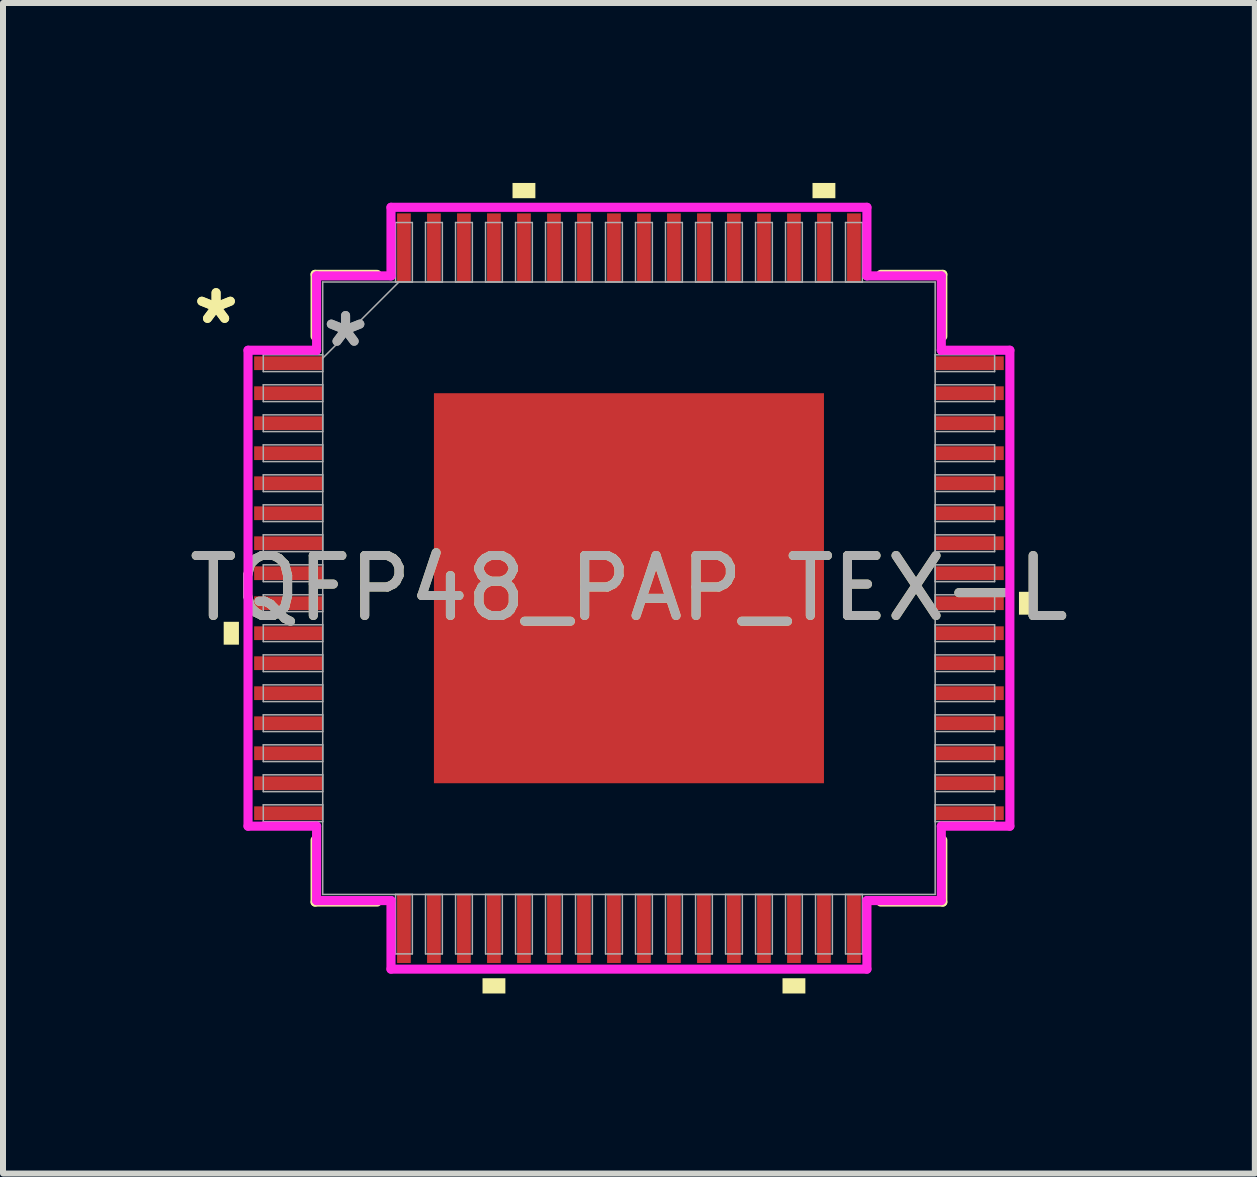
<source format=kicad_pcb>
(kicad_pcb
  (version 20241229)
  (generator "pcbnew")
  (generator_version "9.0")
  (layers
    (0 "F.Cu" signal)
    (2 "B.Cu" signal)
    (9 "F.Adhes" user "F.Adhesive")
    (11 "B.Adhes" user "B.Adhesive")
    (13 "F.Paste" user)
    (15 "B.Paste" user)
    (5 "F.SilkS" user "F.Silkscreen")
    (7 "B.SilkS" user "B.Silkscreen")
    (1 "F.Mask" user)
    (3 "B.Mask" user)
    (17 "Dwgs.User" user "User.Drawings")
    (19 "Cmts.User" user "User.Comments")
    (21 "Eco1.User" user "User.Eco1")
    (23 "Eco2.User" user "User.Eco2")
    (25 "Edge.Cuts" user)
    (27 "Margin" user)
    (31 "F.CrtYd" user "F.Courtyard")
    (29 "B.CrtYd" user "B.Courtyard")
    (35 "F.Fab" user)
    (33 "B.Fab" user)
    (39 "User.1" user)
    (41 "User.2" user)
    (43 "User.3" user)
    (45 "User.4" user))
  (footprint "TQFP48_PAP_TEX-L"
    (layer "F.Cu")
    (at 7.435 6.756)
    (property "Reference" "TQFP48_PAP_TEX-L" (at 0 0 0) (unlocked yes) (layer "F.SilkS") (effects (font (size 1 1) (thickness 0.15))))
    (attr smd)
    (fp_line (start -5.232 -5.232) (end -5.232 -4.198) (stroke (width 0.152) (type solid)) (layer "F.SilkS"))
    (fp_line (start -5.232 4.198) (end -5.232 5.232) (stroke (width 0.152) (type solid)) (layer "F.SilkS"))
    (fp_line (start -5.232 5.232) (end -4.198 5.232) (stroke (width 0.152) (type solid)) (layer "F.SilkS"))
    (fp_line (start -4.198 -5.232) (end -5.232 -5.232) (stroke (width 0.152) (type solid)) (layer "F.SilkS"))
    (fp_line (start 4.198 5.232) (end 5.232 5.232) (stroke (width 0.152) (type solid)) (layer "F.SilkS"))
    (fp_line (start 5.232 -5.232) (end 4.198 -5.232) (stroke (width 0.152) (type solid)) (layer "F.SilkS"))
    (fp_line (start 5.232 -4.198) (end 5.232 -5.232) (stroke (width 0.152) (type solid)) (layer "F.SilkS"))
    (fp_line (start 5.232 5.232) (end 5.232 4.198) (stroke (width 0.152) (type solid)) (layer "F.SilkS"))
    (fp_poly (pts (xy -6.756 0.56) (xy -6.756 0.941) (xy -6.502 0.941) (xy -6.502 0.56)) (stroke (width 0) (type solid)) (fill yes) (layer "F.SilkS"))
    (fp_poly (pts (xy -2.441 6.502) (xy -2.441 6.756) (xy -2.06 6.756) (xy -2.06 6.502)) (stroke (width 0) (type solid)) (fill yes) (layer "F.SilkS"))
    (fp_poly (pts (xy -1.941 -6.502) (xy -1.941 -6.756) (xy -1.56 -6.756) (xy -1.56 -6.502)) (stroke (width 0) (type solid)) (fill yes) (layer "F.SilkS"))
    (fp_poly (pts (xy 2.56 6.502) (xy 2.56 6.756) (xy 2.941 6.756) (xy 2.941 6.502)) (stroke (width 0) (type solid)) (fill yes) (layer "F.SilkS"))
    (fp_poly (pts (xy 3.06 -6.502) (xy 3.06 -6.756) (xy 3.441 -6.756) (xy 3.441 -6.502)) (stroke (width 0) (type solid)) (fill yes) (layer "F.SilkS"))
    (fp_poly (pts (xy 6.756 0.06) (xy 6.756 0.441) (xy 6.502 0.441) (xy 6.502 0.06)) (stroke (width 0) (type solid)) (fill yes) (layer "F.SilkS"))
    (fp_poly (pts (xy -3.151 -3.151) (xy -3.151 -2.051) (xy -2.051 -2.051) (xy -2.051 -3.151)) (stroke (width 0) (type solid)) (fill yes) (layer "F.Paste"))
    (fp_poly (pts (xy -3.151 -1.851) (xy -3.151 -0.75) (xy -2.051 -0.75) (xy -2.051 -1.851)) (stroke (width 0) (type solid)) (fill yes) (layer "F.Paste"))
    (fp_poly (pts (xy -3.151 -0.55) (xy -3.151 0.55) (xy -2.051 0.55) (xy -2.051 -0.55)) (stroke (width 0) (type solid)) (fill yes) (layer "F.Paste"))
    (fp_poly (pts (xy -3.151 0.75) (xy -3.151 1.851) (xy -2.051 1.851) (xy -2.051 0.75)) (stroke (width 0) (type solid)) (fill yes) (layer "F.Paste"))
    (fp_poly (pts (xy -3.151 2.051) (xy -3.151 3.151) (xy -2.051 3.151) (xy -2.051 2.051)) (stroke (width 0) (type solid)) (fill yes) (layer "F.Paste"))
    (fp_poly (pts (xy -1.851 -3.151) (xy -1.851 -2.051) (xy -0.75 -2.051) (xy -0.75 -3.151)) (stroke (width 0) (type solid)) (fill yes) (layer "F.Paste"))
    (fp_poly (pts (xy -1.851 -1.851) (xy -1.851 -0.75) (xy -0.75 -0.75) (xy -0.75 -1.851)) (stroke (width 0) (type solid)) (fill yes) (layer "F.Paste"))
    (fp_poly (pts (xy -1.851 -0.55) (xy -1.851 0.55) (xy -0.75 0.55) (xy -0.75 -0.55)) (stroke (width 0) (type solid)) (fill yes) (layer "F.Paste"))
    (fp_poly (pts (xy -1.851 0.75) (xy -1.851 1.851) (xy -0.75 1.851) (xy -0.75 0.75)) (stroke (width 0) (type solid)) (fill yes) (layer "F.Paste"))
    (fp_poly (pts (xy -1.851 2.051) (xy -1.851 3.151) (xy -0.75 3.151) (xy -0.75 2.051)) (stroke (width 0) (type solid)) (fill yes) (layer "F.Paste"))
    (fp_poly (pts (xy -0.55 -3.151) (xy -0.55 -2.051) (xy 0.55 -2.051) (xy 0.55 -3.151)) (stroke (width 0) (type solid)) (fill yes) (layer "F.Paste"))
    (fp_poly (pts (xy -0.55 -1.851) (xy -0.55 -0.75) (xy 0.55 -0.75) (xy 0.55 -1.851)) (stroke (width 0) (type solid)) (fill yes) (layer "F.Paste"))
    (fp_poly (pts (xy -0.55 -0.55) (xy -0.55 0.55) (xy 0.55 0.55) (xy 0.55 -0.55)) (stroke (width 0) (type solid)) (fill yes) (layer "F.Paste"))
    (fp_poly (pts (xy -0.55 0.75) (xy -0.55 1.851) (xy 0.55 1.851) (xy 0.55 0.75)) (stroke (width 0) (type solid)) (fill yes) (layer "F.Paste"))
    (fp_poly (pts (xy -0.55 2.051) (xy -0.55 3.151) (xy 0.55 3.151) (xy 0.55 2.051)) (stroke (width 0) (type solid)) (fill yes) (layer "F.Paste"))
    (fp_poly (pts (xy 0.75 -3.151) (xy 0.75 -2.051) (xy 1.851 -2.051) (xy 1.851 -3.151)) (stroke (width 0) (type solid)) (fill yes) (layer "F.Paste"))
    (fp_poly (pts (xy 0.75 -1.851) (xy 0.75 -0.75) (xy 1.851 -0.75) (xy 1.851 -1.851)) (stroke (width 0) (type solid)) (fill yes) (layer "F.Paste"))
    (fp_poly (pts (xy 0.75 -0.55) (xy 0.75 0.55) (xy 1.851 0.55) (xy 1.851 -0.55)) (stroke (width 0) (type solid)) (fill yes) (layer "F.Paste"))
    (fp_poly (pts (xy 0.75 0.75) (xy 0.75 1.851) (xy 1.851 1.851) (xy 1.851 0.75)) (stroke (width 0) (type solid)) (fill yes) (layer "F.Paste"))
    (fp_poly (pts (xy 0.75 2.051) (xy 0.75 3.151) (xy 1.851 3.151) (xy 1.851 2.051)) (stroke (width 0) (type solid)) (fill yes) (layer "F.Paste"))
    (fp_poly (pts (xy 2.051 -3.151) (xy 2.051 -2.051) (xy 3.151 -2.051) (xy 3.151 -3.151)) (stroke (width 0) (type solid)) (fill yes) (layer "F.Paste"))
    (fp_poly (pts (xy 2.051 -1.851) (xy 2.051 -0.75) (xy 3.151 -0.75) (xy 3.151 -1.851)) (stroke (width 0) (type solid)) (fill yes) (layer "F.Paste"))
    (fp_poly (pts (xy 2.051 -0.55) (xy 2.051 0.55) (xy 3.151 0.55) (xy 3.151 -0.55)) (stroke (width 0) (type solid)) (fill yes) (layer "F.Paste"))
    (fp_poly (pts (xy 2.051 0.75) (xy 2.051 1.851) (xy 3.151 1.851) (xy 3.151 0.75)) (stroke (width 0) (type solid)) (fill yes) (layer "F.Paste"))
    (fp_poly (pts (xy 2.051 2.051) (xy 2.051 3.151) (xy 3.151 3.151) (xy 3.151 2.051)) (stroke (width 0) (type solid)) (fill yes) (layer "F.Paste"))
    (fp_line (start -6.35 -3.967) (end -5.207 -3.967) (stroke (width 0.152) (type solid)) (layer "F.CrtYd"))
    (fp_line (start -6.35 3.967) (end -6.35 -3.967) (stroke (width 0.152) (type solid)) (layer "F.CrtYd"))
    (fp_line (start -5.207 -5.207) (end -3.967 -5.207) (stroke (width 0.152) (type solid)) (layer "F.CrtYd"))
    (fp_line (start -5.207 -3.967) (end -5.207 -5.207) (stroke (width 0.152) (type solid)) (layer "F.CrtYd"))
    (fp_line (start -5.207 3.967) (end -6.35 3.967) (stroke (width 0.152) (type solid)) (layer "F.CrtYd"))
    (fp_line (start -5.207 5.207) (end -5.207 3.967) (stroke (width 0.152) (type solid)) (layer "F.CrtYd"))
    (fp_line (start -5.207 5.207) (end -3.967 5.207) (stroke (width 0.152) (type solid)) (layer "F.CrtYd"))
    (fp_line (start -3.967 -6.35) (end 3.967 -6.35) (stroke (width 0.152) (type solid)) (layer "F.CrtYd"))
    (fp_line (start -3.967 -5.207) (end -3.967 -6.35) (stroke (width 0.152) (type solid)) (layer "F.CrtYd"))
    (fp_line (start -3.967 5.207) (end -3.967 6.35) (stroke (width 0.152) (type solid)) (layer "F.CrtYd"))
    (fp_line (start -3.967 6.35) (end 3.967 6.35) (stroke (width 0.152) (type solid)) (layer "F.CrtYd"))
    (fp_line (start 3.967 -6.35) (end 3.967 -5.207) (stroke (width 0.152) (type solid)) (layer "F.CrtYd"))
    (fp_line (start 3.967 -5.207) (end 5.207 -5.207) (stroke (width 0.152) (type solid)) (layer "F.CrtYd"))
    (fp_line (start 3.967 5.207) (end 5.207 5.207) (stroke (width 0.152) (type solid)) (layer "F.CrtYd"))
    (fp_line (start 3.967 6.35) (end 3.967 5.207) (stroke (width 0.152) (type solid)) (layer "F.CrtYd"))
    (fp_line (start 5.207 -3.967) (end 5.207 -5.207) (stroke (width 0.152) (type solid)) (layer "F.CrtYd"))
    (fp_line (start 5.207 3.967) (end 6.35 3.967) (stroke (width 0.152) (type solid)) (layer "F.CrtYd"))
    (fp_line (start 5.207 5.207) (end 5.207 3.967) (stroke (width 0.152) (type solid)) (layer "F.CrtYd"))
    (fp_line (start 6.35 -3.967) (end 5.207 -3.967) (stroke (width 0.152) (type solid)) (layer "F.CrtYd"))
    (fp_line (start 6.35 3.967) (end 6.35 -3.967) (stroke (width 0.152) (type solid)) (layer "F.CrtYd"))
    (fp_line (start -6.096 -3.891) (end -6.096 -3.611) (stroke (width 0.025) (type solid)) (layer "F.Fab"))
    (fp_line (start -6.096 -3.611) (end -5.105 -3.611) (stroke (width 0.025) (type solid)) (layer "F.Fab"))
    (fp_line (start -6.096 -3.391) (end -6.096 -3.111) (stroke (width 0.025) (type solid)) (layer "F.Fab"))
    (fp_line (start -6.096 -3.111) (end -5.105 -3.111) (stroke (width 0.025) (type solid)) (layer "F.Fab"))
    (fp_line (start -6.096 -2.89) (end -6.096 -2.611) (stroke (width 0.025) (type solid)) (layer "F.Fab"))
    (fp_line (start -6.096 -2.611) (end -5.105 -2.611) (stroke (width 0.025) (type solid)) (layer "F.Fab"))
    (fp_line (start -6.096 -2.39) (end -6.096 -2.111) (stroke (width 0.025) (type solid)) (layer "F.Fab"))
    (fp_line (start -6.096 -2.111) (end -5.105 -2.111) (stroke (width 0.025) (type solid)) (layer "F.Fab"))
    (fp_line (start -6.096 -1.89) (end -6.096 -1.611) (stroke (width 0.025) (type solid)) (layer "F.Fab"))
    (fp_line (start -6.096 -1.611) (end -5.105 -1.611) (stroke (width 0.025) (type solid)) (layer "F.Fab"))
    (fp_line (start -6.096 -1.39) (end -6.096 -1.111) (stroke (width 0.025) (type solid)) (layer "F.Fab"))
    (fp_line (start -6.096 -1.111) (end -5.105 -1.111) (stroke (width 0.025) (type solid)) (layer "F.Fab"))
    (fp_line (start -6.096 -0.89) (end -6.096 -0.61) (stroke (width 0.025) (type solid)) (layer "F.Fab"))
    (fp_line (start -6.096 -0.61) (end -5.105 -0.61) (stroke (width 0.025) (type solid)) (layer "F.Fab"))
    (fp_line (start -6.096 -0.39) (end -6.096 -0.11) (stroke (width 0.025) (type solid)) (layer "F.Fab"))
    (fp_line (start -6.096 -0.11) (end -5.105 -0.11) (stroke (width 0.025) (type solid)) (layer "F.Fab"))
    (fp_line (start -6.096 0.11) (end -6.096 0.39) (stroke (width 0.025) (type solid)) (layer "F.Fab"))
    (fp_line (start -6.096 0.39) (end -5.105 0.39) (stroke (width 0.025) (type solid)) (layer "F.Fab"))
    (fp_line (start -6.096 0.61) (end -6.096 0.89) (stroke (width 0.025) (type solid)) (layer "F.Fab"))
    (fp_line (start -6.096 0.89) (end -5.105 0.89) (stroke (width 0.025) (type solid)) (layer "F.Fab"))
    (fp_line (start -6.096 1.111) (end -6.096 1.39) (stroke (width 0.025) (type solid)) (layer "F.Fab"))
    (fp_line (start -6.096 1.39) (end -5.105 1.39) (stroke (width 0.025) (type solid)) (layer "F.Fab"))
    (fp_line (start -6.096 1.611) (end -6.096 1.89) (stroke (width 0.025) (type solid)) (layer "F.Fab"))
    (fp_line (start -6.096 1.89) (end -5.105 1.89) (stroke (width 0.025) (type solid)) (layer "F.Fab"))
    (fp_line (start -6.096 2.111) (end -6.096 2.39) (stroke (width 0.025) (type solid)) (layer "F.Fab"))
    (fp_line (start -6.096 2.39) (end -5.105 2.39) (stroke (width 0.025) (type solid)) (layer "F.Fab"))
    (fp_line (start -6.096 2.611) (end -6.096 2.89) (stroke (width 0.025) (type solid)) (layer "F.Fab"))
    (fp_line (start -6.096 2.89) (end -5.105 2.89) (stroke (width 0.025) (type solid)) (layer "F.Fab"))
    (fp_line (start -6.096 3.111) (end -6.096 3.391) (stroke (width 0.025) (type solid)) (layer "F.Fab"))
    (fp_line (start -6.096 3.391) (end -5.105 3.391) (stroke (width 0.025) (type solid)) (layer "F.Fab"))
    (fp_line (start -6.096 3.611) (end -6.096 3.891) (stroke (width 0.025) (type solid)) (layer "F.Fab"))
    (fp_line (start -6.096 3.891) (end -5.105 3.891) (stroke (width 0.025) (type solid)) (layer "F.Fab"))
    (fp_line (start -5.105 -5.105) (end -5.105 5.105) (stroke (width 0.025) (type solid)) (layer "F.Fab"))
    (fp_line (start -5.105 -3.891) (end -6.096 -3.891) (stroke (width 0.025) (type solid)) (layer "F.Fab"))
    (fp_line (start -5.105 -3.835) (end -3.835 -5.105) (stroke (width 0.025) (type solid)) (layer "F.Fab"))
    (fp_line (start -5.105 -3.611) (end -5.105 -3.891) (stroke (width 0.025) (type solid)) (layer "F.Fab"))
    (fp_line (start -5.105 -3.391) (end -6.096 -3.391) (stroke (width 0.025) (type solid)) (layer "F.Fab"))
    (fp_line (start -5.105 -3.111) (end -5.105 -3.391) (stroke (width 0.025) (type solid)) (layer "F.Fab"))
    (fp_line (start -5.105 -2.89) (end -6.096 -2.89) (stroke (width 0.025) (type solid)) (layer "F.Fab"))
    (fp_line (start -5.105 -2.611) (end -5.105 -2.89) (stroke (width 0.025) (type solid)) (layer "F.Fab"))
    (fp_line (start -5.105 -2.39) (end -6.096 -2.39) (stroke (width 0.025) (type solid)) (layer "F.Fab"))
    (fp_line (start -5.105 -2.111) (end -5.105 -2.39) (stroke (width 0.025) (type solid)) (layer "F.Fab"))
    (fp_line (start -5.105 -1.89) (end -6.096 -1.89) (stroke (width 0.025) (type solid)) (layer "F.Fab"))
    (fp_line (start -5.105 -1.611) (end -5.105 -1.89) (stroke (width 0.025) (type solid)) (layer "F.Fab"))
    (fp_line (start -5.105 -1.39) (end -6.096 -1.39) (stroke (width 0.025) (type solid)) (layer "F.Fab"))
    (fp_line (start -5.105 -1.111) (end -5.105 -1.39) (stroke (width 0.025) (type solid)) (layer "F.Fab"))
    (fp_line (start -5.105 -0.89) (end -6.096 -0.89) (stroke (width 0.025) (type solid)) (layer "F.Fab"))
    (fp_line (start -5.105 -0.61) (end -5.105 -0.89) (stroke (width 0.025) (type solid)) (layer "F.Fab"))
    (fp_line (start -5.105 -0.39) (end -6.096 -0.39) (stroke (width 0.025) (type solid)) (layer "F.Fab"))
    (fp_line (start -5.105 -0.11) (end -5.105 -0.39) (stroke (width 0.025) (type solid)) (layer "F.Fab"))
    (fp_line (start -5.105 0.11) (end -6.096 0.11) (stroke (width 0.025) (type solid)) (layer "F.Fab"))
    (fp_line (start -5.105 0.39) (end -5.105 0.11) (stroke (width 0.025) (type solid)) (layer "F.Fab"))
    (fp_line (start -5.105 0.61) (end -6.096 0.61) (stroke (width 0.025) (type solid)) (layer "F.Fab"))
    (fp_line (start -5.105 0.89) (end -5.105 0.61) (stroke (width 0.025) (type solid)) (layer "F.Fab"))
    (fp_line (start -5.105 1.111) (end -6.096 1.111) (stroke (width 0.025) (type solid)) (layer "F.Fab"))
    (fp_line (start -5.105 1.39) (end -5.105 1.111) (stroke (width 0.025) (type solid)) (layer "F.Fab"))
    (fp_line (start -5.105 1.611) (end -6.096 1.611) (stroke (width 0.025) (type solid)) (layer "F.Fab"))
    (fp_line (start -5.105 1.89) (end -5.105 1.611) (stroke (width 0.025) (type solid)) (layer "F.Fab"))
    (fp_line (start -5.105 2.111) (end -6.096 2.111) (stroke (width 0.025) (type solid)) (layer "F.Fab"))
    (fp_line (start -5.105 2.39) (end -5.105 2.111) (stroke (width 0.025) (type solid)) (layer "F.Fab"))
    (fp_line (start -5.105 2.611) (end -6.096 2.611) (stroke (width 0.025) (type solid)) (layer "F.Fab"))
    (fp_line (start -5.105 2.89) (end -5.105 2.611) (stroke (width 0.025) (type solid)) (layer "F.Fab"))
    (fp_line (start -5.105 3.111) (end -6.096 3.111) (stroke (width 0.025) (type solid)) (layer "F.Fab"))
    (fp_line (start -5.105 3.391) (end -5.105 3.111) (stroke (width 0.025) (type solid)) (layer "F.Fab"))
    (fp_line (start -5.105 3.611) (end -6.096 3.611) (stroke (width 0.025) (type solid)) (layer "F.Fab"))
    (fp_line (start -5.105 3.891) (end -5.105 3.611) (stroke (width 0.025) (type solid)) (layer "F.Fab"))
    (fp_line (start -5.105 5.105) (end 5.105 5.105) (stroke (width 0.025) (type solid)) (layer "F.Fab"))
    (fp_line (start -3.891 -6.096) (end -3.891 -5.105) (stroke (width 0.025) (type solid)) (layer "F.Fab"))
    (fp_line (start -3.891 -5.105) (end -3.611 -5.105) (stroke (width 0.025) (type solid)) (layer "F.Fab"))
    (fp_line (start -3.891 5.105) (end -3.891 6.096) (stroke (width 0.025) (type solid)) (layer "F.Fab"))
    (fp_line (start -3.891 6.096) (end -3.611 6.096) (stroke (width 0.025) (type solid)) (layer "F.Fab"))
    (fp_line (start -3.611 -6.096) (end -3.891 -6.096) (stroke (width 0.025) (type solid)) (layer "F.Fab"))
    (fp_line (start -3.611 -5.105) (end -3.611 -6.096) (stroke (width 0.025) (type solid)) (layer "F.Fab"))
    (fp_line (start -3.611 5.105) (end -3.891 5.105) (stroke (width 0.025) (type solid)) (layer "F.Fab"))
    (fp_line (start -3.611 6.096) (end -3.611 5.105) (stroke (width 0.025) (type solid)) (layer "F.Fab"))
    (fp_line (start -3.391 -6.096) (end -3.391 -5.105) (stroke (width 0.025) (type solid)) (layer "F.Fab"))
    (fp_line (start -3.391 -5.105) (end -3.111 -5.105) (stroke (width 0.025) (type solid)) (layer "F.Fab"))
    (fp_line (start -3.391 5.105) (end -3.391 6.096) (stroke (width 0.025) (type solid)) (layer "F.Fab"))
    (fp_line (start -3.391 6.096) (end -3.111 6.096) (stroke (width 0.025) (type solid)) (layer "F.Fab"))
    (fp_line (start -3.111 -6.096) (end -3.391 -6.096) (stroke (width 0.025) (type solid)) (layer "F.Fab"))
    (fp_line (start -3.111 -5.105) (end -3.111 -6.096) (stroke (width 0.025) (type solid)) (layer "F.Fab"))
    (fp_line (start -3.111 5.105) (end -3.391 5.105) (stroke (width 0.025) (type solid)) (layer "F.Fab"))
    (fp_line (start -3.111 6.096) (end -3.111 5.105) (stroke (width 0.025) (type solid)) (layer "F.Fab"))
    (fp_line (start -2.89 -6.096) (end -2.89 -5.105) (stroke (width 0.025) (type solid)) (layer "F.Fab"))
    (fp_line (start -2.89 -5.105) (end -2.611 -5.105) (stroke (width 0.025) (type solid)) (layer "F.Fab"))
    (fp_line (start -2.89 5.105) (end -2.89 6.096) (stroke (width 0.025) (type solid)) (layer "F.Fab"))
    (fp_line (start -2.89 6.096) (end -2.611 6.096) (stroke (width 0.025) (type solid)) (layer "F.Fab"))
    (fp_line (start -2.611 -6.096) (end -2.89 -6.096) (stroke (width 0.025) (type solid)) (layer "F.Fab"))
    (fp_line (start -2.611 -5.105) (end -2.611 -6.096) (stroke (width 0.025) (type solid)) (layer "F.Fab"))
    (fp_line (start -2.611 5.105) (end -2.89 5.105) (stroke (width 0.025) (type solid)) (layer "F.Fab"))
    (fp_line (start -2.611 6.096) (end -2.611 5.105) (stroke (width 0.025) (type solid)) (layer "F.Fab"))
    (fp_line (start -2.39 -6.096) (end -2.39 -5.105) (stroke (width 0.025) (type solid)) (layer "F.Fab"))
    (fp_line (start -2.39 -5.105) (end -2.111 -5.105) (stroke (width 0.025) (type solid)) (layer "F.Fab"))
    (fp_line (start -2.39 5.105) (end -2.39 6.096) (stroke (width 0.025) (type solid)) (layer "F.Fab"))
    (fp_line (start -2.39 6.096) (end -2.111 6.096) (stroke (width 0.025) (type solid)) (layer "F.Fab"))
    (fp_line (start -2.111 -6.096) (end -2.39 -6.096) (stroke (width 0.025) (type solid)) (layer "F.Fab"))
    (fp_line (start -2.111 -5.105) (end -2.111 -6.096) (stroke (width 0.025) (type solid)) (layer "F.Fab"))
    (fp_line (start -2.111 5.105) (end -2.39 5.105) (stroke (width 0.025) (type solid)) (layer "F.Fab"))
    (fp_line (start -2.111 6.096) (end -2.111 5.105) (stroke (width 0.025) (type solid)) (layer "F.Fab"))
    (fp_line (start -1.89 -6.096) (end -1.89 -5.105) (stroke (width 0.025) (type solid)) (layer "F.Fab"))
    (fp_line (start -1.89 -5.105) (end -1.611 -5.105) (stroke (width 0.025) (type solid)) (layer "F.Fab"))
    (fp_line (start -1.89 5.105) (end -1.89 6.096) (stroke (width 0.025) (type solid)) (layer "F.Fab"))
    (fp_line (start -1.89 6.096) (end -1.611 6.096) (stroke (width 0.025) (type solid)) (layer "F.Fab"))
    (fp_line (start -1.611 -6.096) (end -1.89 -6.096) (stroke (width 0.025) (type solid)) (layer "F.Fab"))
    (fp_line (start -1.611 -5.105) (end -1.611 -6.096) (stroke (width 0.025) (type solid)) (layer "F.Fab"))
    (fp_line (start -1.611 5.105) (end -1.89 5.105) (stroke (width 0.025) (type solid)) (layer "F.Fab"))
    (fp_line (start -1.611 6.096) (end -1.611 5.105) (stroke (width 0.025) (type solid)) (layer "F.Fab"))
    (fp_line (start -1.39 -6.096) (end -1.39 -5.105) (stroke (width 0.025) (type solid)) (layer "F.Fab"))
    (fp_line (start -1.39 -5.105) (end -1.111 -5.105) (stroke (width 0.025) (type solid)) (layer "F.Fab"))
    (fp_line (start -1.39 5.105) (end -1.39 6.096) (stroke (width 0.025) (type solid)) (layer "F.Fab"))
    (fp_line (start -1.39 6.096) (end -1.111 6.096) (stroke (width 0.025) (type solid)) (layer "F.Fab"))
    (fp_line (start -1.111 -6.096) (end -1.39 -6.096) (stroke (width 0.025) (type solid)) (layer "F.Fab"))
    (fp_line (start -1.111 -5.105) (end -1.111 -6.096) (stroke (width 0.025) (type solid)) (layer "F.Fab"))
    (fp_line (start -1.111 5.105) (end -1.39 5.105) (stroke (width 0.025) (type solid)) (layer "F.Fab"))
    (fp_line (start -1.111 6.096) (end -1.111 5.105) (stroke (width 0.025) (type solid)) (layer "F.Fab"))
    (fp_line (start -0.89 -6.096) (end -0.89 -5.105) (stroke (width 0.025) (type solid)) (layer "F.Fab"))
    (fp_line (start -0.89 -5.105) (end -0.61 -5.105) (stroke (width 0.025) (type solid)) (layer "F.Fab"))
    (fp_line (start -0.89 5.105) (end -0.89 6.096) (stroke (width 0.025) (type solid)) (layer "F.Fab"))
    (fp_line (start -0.89 6.096) (end -0.61 6.096) (stroke (width 0.025) (type solid)) (layer "F.Fab"))
    (fp_line (start -0.61 -6.096) (end -0.89 -6.096) (stroke (width 0.025) (type solid)) (layer "F.Fab"))
    (fp_line (start -0.61 -5.105) (end -0.61 -6.096) (stroke (width 0.025) (type solid)) (layer "F.Fab"))
    (fp_line (start -0.61 5.105) (end -0.89 5.105) (stroke (width 0.025) (type solid)) (layer "F.Fab"))
    (fp_line (start -0.61 6.096) (end -0.61 5.105) (stroke (width 0.025) (type solid)) (layer "F.Fab"))
    (fp_line (start -0.39 -6.096) (end -0.39 -5.105) (stroke (width 0.025) (type solid)) (layer "F.Fab"))
    (fp_line (start -0.39 -5.105) (end -0.11 -5.105) (stroke (width 0.025) (type solid)) (layer "F.Fab"))
    (fp_line (start -0.39 5.105) (end -0.39 6.096) (stroke (width 0.025) (type solid)) (layer "F.Fab"))
    (fp_line (start -0.39 6.096) (end -0.11 6.096) (stroke (width 0.025) (type solid)) (layer "F.Fab"))
    (fp_line (start -0.11 -6.096) (end -0.39 -6.096) (stroke (width 0.025) (type solid)) (layer "F.Fab"))
    (fp_line (start -0.11 -5.105) (end -0.11 -6.096) (stroke (width 0.025) (type solid)) (layer "F.Fab"))
    (fp_line (start -0.11 5.105) (end -0.39 5.105) (stroke (width 0.025) (type solid)) (layer "F.Fab"))
    (fp_line (start -0.11 6.096) (end -0.11 5.105) (stroke (width 0.025) (type solid)) (layer "F.Fab"))
    (fp_line (start 0.11 -6.096) (end 0.11 -5.105) (stroke (width 0.025) (type solid)) (layer "F.Fab"))
    (fp_line (start 0.11 -5.105) (end 0.39 -5.105) (stroke (width 0.025) (type solid)) (layer "F.Fab"))
    (fp_line (start 0.11 5.105) (end 0.11 6.096) (stroke (width 0.025) (type solid)) (layer "F.Fab"))
    (fp_line (start 0.11 6.096) (end 0.39 6.096) (stroke (width 0.025) (type solid)) (layer "F.Fab"))
    (fp_line (start 0.39 -6.096) (end 0.11 -6.096) (stroke (width 0.025) (type solid)) (layer "F.Fab"))
    (fp_line (start 0.39 -5.105) (end 0.39 -6.096) (stroke (width 0.025) (type solid)) (layer "F.Fab"))
    (fp_line (start 0.39 5.105) (end 0.11 5.105) (stroke (width 0.025) (type solid)) (layer "F.Fab"))
    (fp_line (start 0.39 6.096) (end 0.39 5.105) (stroke (width 0.025) (type solid)) (layer "F.Fab"))
    (fp_line (start 0.61 -6.096) (end 0.61 -5.105) (stroke (width 0.025) (type solid)) (layer "F.Fab"))
    (fp_line (start 0.61 -5.105) (end 0.89 -5.105) (stroke (width 0.025) (type solid)) (layer "F.Fab"))
    (fp_line (start 0.61 5.105) (end 0.61 6.096) (stroke (width 0.025) (type solid)) (layer "F.Fab"))
    (fp_line (start 0.61 6.096) (end 0.89 6.096) (stroke (width 0.025) (type solid)) (layer "F.Fab"))
    (fp_line (start 0.89 -6.096) (end 0.61 -6.096) (stroke (width 0.025) (type solid)) (layer "F.Fab"))
    (fp_line (start 0.89 -5.105) (end 0.89 -6.096) (stroke (width 0.025) (type solid)) (layer "F.Fab"))
    (fp_line (start 0.89 5.105) (end 0.61 5.105) (stroke (width 0.025) (type solid)) (layer "F.Fab"))
    (fp_line (start 0.89 6.096) (end 0.89 5.105) (stroke (width 0.025) (type solid)) (layer "F.Fab"))
    (fp_line (start 1.111 -6.096) (end 1.111 -5.105) (stroke (width 0.025) (type solid)) (layer "F.Fab"))
    (fp_line (start 1.111 -5.105) (end 1.39 -5.105) (stroke (width 0.025) (type solid)) (layer "F.Fab"))
    (fp_line (start 1.111 5.105) (end 1.111 6.096) (stroke (width 0.025) (type solid)) (layer "F.Fab"))
    (fp_line (start 1.111 6.096) (end 1.39 6.096) (stroke (width 0.025) (type solid)) (layer "F.Fab"))
    (fp_line (start 1.39 -6.096) (end 1.111 -6.096) (stroke (width 0.025) (type solid)) (layer "F.Fab"))
    (fp_line (start 1.39 -5.105) (end 1.39 -6.096) (stroke (width 0.025) (type solid)) (layer "F.Fab"))
    (fp_line (start 1.39 5.105) (end 1.111 5.105) (stroke (width 0.025) (type solid)) (layer "F.Fab"))
    (fp_line (start 1.39 6.096) (end 1.39 5.105) (stroke (width 0.025) (type solid)) (layer "F.Fab"))
    (fp_line (start 1.611 -6.096) (end 1.611 -5.105) (stroke (width 0.025) (type solid)) (layer "F.Fab"))
    (fp_line (start 1.611 -5.105) (end 1.89 -5.105) (stroke (width 0.025) (type solid)) (layer "F.Fab"))
    (fp_line (start 1.611 5.105) (end 1.611 6.096) (stroke (width 0.025) (type solid)) (layer "F.Fab"))
    (fp_line (start 1.611 6.096) (end 1.89 6.096) (stroke (width 0.025) (type solid)) (layer "F.Fab"))
    (fp_line (start 1.89 -6.096) (end 1.611 -6.096) (stroke (width 0.025) (type solid)) (layer "F.Fab"))
    (fp_line (start 1.89 -5.105) (end 1.89 -6.096) (stroke (width 0.025) (type solid)) (layer "F.Fab"))
    (fp_line (start 1.89 5.105) (end 1.611 5.105) (stroke (width 0.025) (type solid)) (layer "F.Fab"))
    (fp_line (start 1.89 6.096) (end 1.89 5.105) (stroke (width 0.025) (type solid)) (layer "F.Fab"))
    (fp_line (start 2.111 -6.096) (end 2.111 -5.105) (stroke (width 0.025) (type solid)) (layer "F.Fab"))
    (fp_line (start 2.111 -5.105) (end 2.39 -5.105) (stroke (width 0.025) (type solid)) (layer "F.Fab"))
    (fp_line (start 2.111 5.105) (end 2.111 6.096) (stroke (width 0.025) (type solid)) (layer "F.Fab"))
    (fp_line (start 2.111 6.096) (end 2.39 6.096) (stroke (width 0.025) (type solid)) (layer "F.Fab"))
    (fp_line (start 2.39 -6.096) (end 2.111 -6.096) (stroke (width 0.025) (type solid)) (layer "F.Fab"))
    (fp_line (start 2.39 -5.105) (end 2.39 -6.096) (stroke (width 0.025) (type solid)) (layer "F.Fab"))
    (fp_line (start 2.39 5.105) (end 2.111 5.105) (stroke (width 0.025) (type solid)) (layer "F.Fab"))
    (fp_line (start 2.39 6.096) (end 2.39 5.105) (stroke (width 0.025) (type solid)) (layer "F.Fab"))
    (fp_line (start 2.611 -6.096) (end 2.611 -5.105) (stroke (width 0.025) (type solid)) (layer "F.Fab"))
    (fp_line (start 2.611 -5.105) (end 2.89 -5.105) (stroke (width 0.025) (type solid)) (layer "F.Fab"))
    (fp_line (start 2.611 5.105) (end 2.611 6.096) (stroke (width 0.025) (type solid)) (layer "F.Fab"))
    (fp_line (start 2.611 6.096) (end 2.89 6.096) (stroke (width 0.025) (type solid)) (layer "F.Fab"))
    (fp_line (start 2.89 -6.096) (end 2.611 -6.096) (stroke (width 0.025) (type solid)) (layer "F.Fab"))
    (fp_line (start 2.89 -5.105) (end 2.89 -6.096) (stroke (width 0.025) (type solid)) (layer "F.Fab"))
    (fp_line (start 2.89 5.105) (end 2.611 5.105) (stroke (width 0.025) (type solid)) (layer "F.Fab"))
    (fp_line (start 2.89 6.096) (end 2.89 5.105) (stroke (width 0.025) (type solid)) (layer "F.Fab"))
    (fp_line (start 3.111 -6.096) (end 3.111 -5.105) (stroke (width 0.025) (type solid)) (layer "F.Fab"))
    (fp_line (start 3.111 -5.105) (end 3.391 -5.105) (stroke (width 0.025) (type solid)) (layer "F.Fab"))
    (fp_line (start 3.111 5.105) (end 3.111 6.096) (stroke (width 0.025) (type solid)) (layer "F.Fab"))
    (fp_line (start 3.111 6.096) (end 3.391 6.096) (stroke (width 0.025) (type solid)) (layer "F.Fab"))
    (fp_line (start 3.391 -6.096) (end 3.111 -6.096) (stroke (width 0.025) (type solid)) (layer "F.Fab"))
    (fp_line (start 3.391 -5.105) (end 3.391 -6.096) (stroke (width 0.025) (type solid)) (layer "F.Fab"))
    (fp_line (start 3.391 5.105) (end 3.111 5.105) (stroke (width 0.025) (type solid)) (layer "F.Fab"))
    (fp_line (start 3.391 6.096) (end 3.391 5.105) (stroke (width 0.025) (type solid)) (layer "F.Fab"))
    (fp_line (start 3.611 -6.096) (end 3.611 -5.105) (stroke (width 0.025) (type solid)) (layer "F.Fab"))
    (fp_line (start 3.611 -5.105) (end 3.891 -5.105) (stroke (width 0.025) (type solid)) (layer "F.Fab"))
    (fp_line (start 3.611 5.105) (end 3.611 6.096) (stroke (width 0.025) (type solid)) (layer "F.Fab"))
    (fp_line (start 3.611 6.096) (end 3.891 6.096) (stroke (width 0.025) (type solid)) (layer "F.Fab"))
    (fp_line (start 3.891 -6.096) (end 3.611 -6.096) (stroke (width 0.025) (type solid)) (layer "F.Fab"))
    (fp_line (start 3.891 -5.105) (end 3.891 -6.096) (stroke (width 0.025) (type solid)) (layer "F.Fab"))
    (fp_line (start 3.891 5.105) (end 3.611 5.105) (stroke (width 0.025) (type solid)) (layer "F.Fab"))
    (fp_line (start 3.891 6.096) (end 3.891 5.105) (stroke (width 0.025) (type solid)) (layer "F.Fab"))
    (fp_line (start 5.105 -5.105) (end -5.105 -5.105) (stroke (width 0.025) (type solid)) (layer "F.Fab"))
    (fp_line (start 5.105 -3.891) (end 5.105 -3.611) (stroke (width 0.025) (type solid)) (layer "F.Fab"))
    (fp_line (start 5.105 -3.611) (end 6.096 -3.611) (stroke (width 0.025) (type solid)) (layer "F.Fab"))
    (fp_line (start 5.105 -3.391) (end 5.105 -3.111) (stroke (width 0.025) (type solid)) (layer "F.Fab"))
    (fp_line (start 5.105 -3.111) (end 6.096 -3.111) (stroke (width 0.025) (type solid)) (layer "F.Fab"))
    (fp_line (start 5.105 -2.89) (end 5.105 -2.611) (stroke (width 0.025) (type solid)) (layer "F.Fab"))
    (fp_line (start 5.105 -2.611) (end 6.096 -2.611) (stroke (width 0.025) (type solid)) (layer "F.Fab"))
    (fp_line (start 5.105 -2.39) (end 5.105 -2.111) (stroke (width 0.025) (type solid)) (layer "F.Fab"))
    (fp_line (start 5.105 -2.111) (end 6.096 -2.111) (stroke (width 0.025) (type solid)) (layer "F.Fab"))
    (fp_line (start 5.105 -1.89) (end 5.105 -1.611) (stroke (width 0.025) (type solid)) (layer "F.Fab"))
    (fp_line (start 5.105 -1.611) (end 6.096 -1.611) (stroke (width 0.025) (type solid)) (layer "F.Fab"))
    (fp_line (start 5.105 -1.39) (end 5.105 -1.111) (stroke (width 0.025) (type solid)) (layer "F.Fab"))
    (fp_line (start 5.105 -1.111) (end 6.096 -1.111) (stroke (width 0.025) (type solid)) (layer "F.Fab"))
    (fp_line (start 5.105 -0.89) (end 5.105 -0.61) (stroke (width 0.025) (type solid)) (layer "F.Fab"))
    (fp_line (start 5.105 -0.61) (end 6.096 -0.61) (stroke (width 0.025) (type solid)) (layer "F.Fab"))
    (fp_line (start 5.105 -0.39) (end 5.105 -0.11) (stroke (width 0.025) (type solid)) (layer "F.Fab"))
    (fp_line (start 5.105 -0.11) (end 6.096 -0.11) (stroke (width 0.025) (type solid)) (layer "F.Fab"))
    (fp_line (start 5.105 0.11) (end 5.105 0.39) (stroke (width 0.025) (type solid)) (layer "F.Fab"))
    (fp_line (start 5.105 0.39) (end 6.096 0.39) (stroke (width 0.025) (type solid)) (layer "F.Fab"))
    (fp_line (start 5.105 0.61) (end 5.105 0.89) (stroke (width 0.025) (type solid)) (layer "F.Fab"))
    (fp_line (start 5.105 0.89) (end 6.096 0.89) (stroke (width 0.025) (type solid)) (layer "F.Fab"))
    (fp_line (start 5.105 1.111) (end 5.105 1.39) (stroke (width 0.025) (type solid)) (layer "F.Fab"))
    (fp_line (start 5.105 1.39) (end 6.096 1.39) (stroke (width 0.025) (type solid)) (layer "F.Fab"))
    (fp_line (start 5.105 1.611) (end 5.105 1.89) (stroke (width 0.025) (type solid)) (layer "F.Fab"))
    (fp_line (start 5.105 1.89) (end 6.096 1.89) (stroke (width 0.025) (type solid)) (layer "F.Fab"))
    (fp_line (start 5.105 2.111) (end 5.105 2.39) (stroke (width 0.025) (type solid)) (layer "F.Fab"))
    (fp_line (start 5.105 2.39) (end 6.096 2.39) (stroke (width 0.025) (type solid)) (layer "F.Fab"))
    (fp_line (start 5.105 2.611) (end 5.105 2.89) (stroke (width 0.025) (type solid)) (layer "F.Fab"))
    (fp_line (start 5.105 2.89) (end 6.096 2.89) (stroke (width 0.025) (type solid)) (layer "F.Fab"))
    (fp_line (start 5.105 3.111) (end 5.105 3.391) (stroke (width 0.025) (type solid)) (layer "F.Fab"))
    (fp_line (start 5.105 3.391) (end 6.096 3.391) (stroke (width 0.025) (type solid)) (layer "F.Fab"))
    (fp_line (start 5.105 3.611) (end 5.105 3.891) (stroke (width 0.025) (type solid)) (layer "F.Fab"))
    (fp_line (start 5.105 3.891) (end 6.096 3.891) (stroke (width 0.025) (type solid)) (layer "F.Fab"))
    (fp_line (start 5.105 5.105) (end 5.105 -5.105) (stroke (width 0.025) (type solid)) (layer "F.Fab"))
    (fp_line (start 6.096 -3.891) (end 5.105 -3.891) (stroke (width 0.025) (type solid)) (layer "F.Fab"))
    (fp_line (start 6.096 -3.611) (end 6.096 -3.891) (stroke (width 0.025) (type solid)) (layer "F.Fab"))
    (fp_line (start 6.096 -3.391) (end 5.105 -3.391) (stroke (width 0.025) (type solid)) (layer "F.Fab"))
    (fp_line (start 6.096 -3.111) (end 6.096 -3.391) (stroke (width 0.025) (type solid)) (layer "F.Fab"))
    (fp_line (start 6.096 -2.89) (end 5.105 -2.89) (stroke (width 0.025) (type solid)) (layer "F.Fab"))
    (fp_line (start 6.096 -2.611) (end 6.096 -2.89) (stroke (width 0.025) (type solid)) (layer "F.Fab"))
    (fp_line (start 6.096 -2.39) (end 5.105 -2.39) (stroke (width 0.025) (type solid)) (layer "F.Fab"))
    (fp_line (start 6.096 -2.111) (end 6.096 -2.39) (stroke (width 0.025) (type solid)) (layer "F.Fab"))
    (fp_line (start 6.096 -1.89) (end 5.105 -1.89) (stroke (width 0.025) (type solid)) (layer "F.Fab"))
    (fp_line (start 6.096 -1.611) (end 6.096 -1.89) (stroke (width 0.025) (type solid)) (layer "F.Fab"))
    (fp_line (start 6.096 -1.39) (end 5.105 -1.39) (stroke (width 0.025) (type solid)) (layer "F.Fab"))
    (fp_line (start 6.096 -1.111) (end 6.096 -1.39) (stroke (width 0.025) (type solid)) (layer "F.Fab"))
    (fp_line (start 6.096 -0.89) (end 5.105 -0.89) (stroke (width 0.025) (type solid)) (layer "F.Fab"))
    (fp_line (start 6.096 -0.61) (end 6.096 -0.89) (stroke (width 0.025) (type solid)) (layer "F.Fab"))
    (fp_line (start 6.096 -0.39) (end 5.105 -0.39) (stroke (width 0.025) (type solid)) (layer "F.Fab"))
    (fp_line (start 6.096 -0.11) (end 6.096 -0.39) (stroke (width 0.025) (type solid)) (layer "F.Fab"))
    (fp_line (start 6.096 0.11) (end 5.105 0.11) (stroke (width 0.025) (type solid)) (layer "F.Fab"))
    (fp_line (start 6.096 0.39) (end 6.096 0.11) (stroke (width 0.025) (type solid)) (layer "F.Fab"))
    (fp_line (start 6.096 0.61) (end 5.105 0.61) (stroke (width 0.025) (type solid)) (layer "F.Fab"))
    (fp_line (start 6.096 0.89) (end 6.096 0.61) (stroke (width 0.025) (type solid)) (layer "F.Fab"))
    (fp_line (start 6.096 1.111) (end 5.105 1.111) (stroke (width 0.025) (type solid)) (layer "F.Fab"))
    (fp_line (start 6.096 1.39) (end 6.096 1.111) (stroke (width 0.025) (type solid)) (layer "F.Fab"))
    (fp_line (start 6.096 1.611) (end 5.105 1.611) (stroke (width 0.025) (type solid)) (layer "F.Fab"))
    (fp_line (start 6.096 1.89) (end 6.096 1.611) (stroke (width 0.025) (type solid)) (layer "F.Fab"))
    (fp_line (start 6.096 2.111) (end 5.105 2.111) (stroke (width 0.025) (type solid)) (layer "F.Fab"))
    (fp_line (start 6.096 2.39) (end 6.096 2.111) (stroke (width 0.025) (type solid)) (layer "F.Fab"))
    (fp_line (start 6.096 2.611) (end 5.105 2.611) (stroke (width 0.025) (type solid)) (layer "F.Fab"))
    (fp_line (start 6.096 2.89) (end 6.096 2.611) (stroke (width 0.025) (type solid)) (layer "F.Fab"))
    (fp_line (start 6.096 3.111) (end 5.105 3.111) (stroke (width 0.025) (type solid)) (layer "F.Fab"))
    (fp_line (start 6.096 3.391) (end 6.096 3.111) (stroke (width 0.025) (type solid)) (layer "F.Fab"))
    (fp_line (start 6.096 3.611) (end 5.105 3.611) (stroke (width 0.025) (type solid)) (layer "F.Fab"))
    (fp_line (start 6.096 3.891) (end 6.096 3.611) (stroke (width 0.025) (type solid)) (layer "F.Fab"))
    (fp_text user "*" (at -6.883 -4.382 0) (layer "F.SilkS") (effects (font (size 1 1) (thickness 0.15))))
    (fp_text user "*" (at -6.883 -4.382 0) (unlocked yes) (layer "F.SilkS") (effects (font (size 1 1) (thickness 0.15))))
    (fp_text user "*" (at -4.724 -4.001 0) (unlocked yes) (layer "F.Fab") (effects (font (size 1 1) (thickness 0.15))))
    (fp_text user "${REFERENCE}" (at 0 0 0) (unlocked yes) (layer "F.Fab") (effects (font (size 1 1) (thickness 0.15))))
    (fp_text user "*" (at -4.724 -4.001 0) (layer "F.Fab") (effects (font (size 1 1) (thickness 0.15))))
    (pad "1" smd rect (at -5.677 -3.751 90) (size 0.229 1.143) (layers "F.Cu" "F.Mask" "F.Paste"))
    (pad "2" smd rect (at -5.677 -3.251 90) (size 0.229 1.143) (layers "F.Cu" "F.Mask" "F.Paste"))
    (pad "3" smd rect (at -5.677 -2.751 90) (size 0.229 1.143) (layers "F.Cu" "F.Mask" "F.Paste"))
    (pad "4" smd rect (at -5.677 -2.251 90) (size 0.229 1.143) (layers "F.Cu" "F.Mask" "F.Paste"))
    (pad "5" smd rect (at -5.677 -1.75 90) (size 0.229 1.143) (layers "F.Cu" "F.Mask" "F.Paste"))
    (pad "6" smd rect (at -5.677 -1.25 90) (size 0.229 1.143) (layers "F.Cu" "F.Mask" "F.Paste"))
    (pad "7" smd rect (at -5.677 -0.75 90) (size 0.229 1.143) (layers "F.Cu" "F.Mask" "F.Paste"))
    (pad "8" smd rect (at -5.677 -0.25 90) (size 0.229 1.143) (layers "F.Cu" "F.Mask" "F.Paste"))
    (pad "9" smd rect (at -5.677 0.25 90) (size 0.229 1.143) (layers "F.Cu" "F.Mask" "F.Paste"))
    (pad "10" smd rect (at -5.677 0.75 90) (size 0.229 1.143) (layers "F.Cu" "F.Mask" "F.Paste"))
    (pad "11" smd rect (at -5.677 1.25 90) (size 0.229 1.143) (layers "F.Cu" "F.Mask" "F.Paste"))
    (pad "12" smd rect (at -5.677 1.75 90) (size 0.229 1.143) (layers "F.Cu" "F.Mask" "F.Paste"))
    (pad "13" smd rect (at -5.677 2.251 90) (size 0.229 1.143) (layers "F.Cu" "F.Mask" "F.Paste"))
    (pad "14" smd rect (at -5.677 2.751 90) (size 0.229 1.143) (layers "F.Cu" "F.Mask" "F.Paste"))
    (pad "15" smd rect (at -5.677 3.251 90) (size 0.229 1.143) (layers "F.Cu" "F.Mask" "F.Paste"))
    (pad "16" smd rect (at -5.677 3.751 90) (size 0.229 1.143) (layers "F.Cu" "F.Mask" "F.Paste"))
    (pad "17" smd rect (at -3.751 5.677) (size 0.229 1.143) (layers "F.Cu" "F.Mask" "F.Paste"))
    (pad "18" smd rect (at -3.251 5.677) (size 0.229 1.143) (layers "F.Cu" "F.Mask" "F.Paste"))
    (pad "19" smd rect (at -2.751 5.677) (size 0.229 1.143) (layers "F.Cu" "F.Mask" "F.Paste"))
    (pad "20" smd rect (at -2.251 5.677) (size 0.229 1.143) (layers "F.Cu" "F.Mask" "F.Paste"))
    (pad "21" smd rect (at -1.75 5.677) (size 0.229 1.143) (layers "F.Cu" "F.Mask" "F.Paste"))
    (pad "22" smd rect (at -1.25 5.677) (size 0.229 1.143) (layers "F.Cu" "F.Mask" "F.Paste"))
    (pad "23" smd rect (at -0.75 5.677) (size 0.229 1.143) (layers "F.Cu" "F.Mask" "F.Paste"))
    (pad "24" smd rect (at -0.25 5.677) (size 0.229 1.143) (layers "F.Cu" "F.Mask" "F.Paste"))
    (pad "25" smd rect (at 0.25 5.677) (size 0.229 1.143) (layers "F.Cu" "F.Mask" "F.Paste"))
    (pad "26" smd rect (at 0.75 5.677) (size 0.229 1.143) (layers "F.Cu" "F.Mask" "F.Paste"))
    (pad "27" smd rect (at 1.25 5.677) (size 0.229 1.143) (layers "F.Cu" "F.Mask" "F.Paste"))
    (pad "28" smd rect (at 1.75 5.677) (size 0.229 1.143) (layers "F.Cu" "F.Mask" "F.Paste"))
    (pad "29" smd rect (at 2.251 5.677) (size 0.229 1.143) (layers "F.Cu" "F.Mask" "F.Paste"))
    (pad "30" smd rect (at 2.751 5.677) (size 0.229 1.143) (layers "F.Cu" "F.Mask" "F.Paste"))
    (pad "31" smd rect (at 3.251 5.677) (size 0.229 1.143) (layers "F.Cu" "F.Mask" "F.Paste"))
    (pad "32" smd rect (at 3.751 5.677) (size 0.229 1.143) (layers "F.Cu" "F.Mask" "F.Paste"))
    (pad "33" smd rect (at 5.677 3.751 90) (size 0.229 1.143) (layers "F.Cu" "F.Mask" "F.Paste"))
    (pad "34" smd rect (at 5.677 3.251 90) (size 0.229 1.143) (layers "F.Cu" "F.Mask" "F.Paste"))
    (pad "35" smd rect (at 5.677 2.751 90) (size 0.229 1.143) (layers "F.Cu" "F.Mask" "F.Paste"))
    (pad "36" smd rect (at 5.677 2.251 90) (size 0.229 1.143) (layers "F.Cu" "F.Mask" "F.Paste"))
    (pad "37" smd rect (at 5.677 1.75 90) (size 0.229 1.143) (layers "F.Cu" "F.Mask" "F.Paste"))
    (pad "38" smd rect (at 5.677 1.25 90) (size 0.229 1.143) (layers "F.Cu" "F.Mask" "F.Paste"))
    (pad "39" smd rect (at 5.677 0.75 90) (size 0.229 1.143) (layers "F.Cu" "F.Mask" "F.Paste"))
    (pad "40" smd rect (at 5.677 0.25 90) (size 0.229 1.143) (layers "F.Cu" "F.Mask" "F.Paste"))
    (pad "41" smd rect (at 5.677 -0.25 90) (size 0.229 1.143) (layers "F.Cu" "F.Mask" "F.Paste"))
    (pad "42" smd rect (at 5.677 -0.75 90) (size 0.229 1.143) (layers "F.Cu" "F.Mask" "F.Paste"))
    (pad "43" smd rect (at 5.677 -1.25 90) (size 0.229 1.143) (layers "F.Cu" "F.Mask" "F.Paste"))
    (pad "44" smd rect (at 5.677 -1.75 90) (size 0.229 1.143) (layers "F.Cu" "F.Mask" "F.Paste"))
    (pad "45" smd rect (at 5.677 -2.251 90) (size 0.229 1.143) (layers "F.Cu" "F.Mask" "F.Paste"))
    (pad "46" smd rect (at 5.677 -2.751 90) (size 0.229 1.143) (layers "F.Cu" "F.Mask" "F.Paste"))
    (pad "47" smd rect (at 5.677 -3.251 90) (size 0.229 1.143) (layers "F.Cu" "F.Mask" "F.Paste"))
    (pad "48" smd rect (at 5.677 -3.751 90) (size 0.229 1.143) (layers "F.Cu" "F.Mask" "F.Paste"))
    (pad "49" smd rect (at 3.751 -5.677) (size 0.229 1.143) (layers "F.Cu" "F.Mask" "F.Paste"))
    (pad "50" smd rect (at 3.251 -5.677) (size 0.229 1.143) (layers "F.Cu" "F.Mask" "F.Paste"))
    (pad "51" smd rect (at 2.751 -5.677) (size 0.229 1.143) (layers "F.Cu" "F.Mask" "F.Paste"))
    (pad "52" smd rect (at 2.251 -5.677) (size 0.229 1.143) (layers "F.Cu" "F.Mask" "F.Paste"))
    (pad "53" smd rect (at 1.75 -5.677) (size 0.229 1.143) (layers "F.Cu" "F.Mask" "F.Paste"))
    (pad "54" smd rect (at 1.25 -5.677) (size 0.229 1.143) (layers "F.Cu" "F.Mask" "F.Paste"))
    (pad "55" smd rect (at 0.75 -5.677) (size 0.229 1.143) (layers "F.Cu" "F.Mask" "F.Paste"))
    (pad "56" smd rect (at 0.25 -5.677) (size 0.229 1.143) (layers "F.Cu" "F.Mask" "F.Paste"))
    (pad "57" smd rect (at -0.25 -5.677) (size 0.229 1.143) (layers "F.Cu" "F.Mask" "F.Paste"))
    (pad "58" smd rect (at -0.75 -5.677) (size 0.229 1.143) (layers "F.Cu" "F.Mask" "F.Paste"))
    (pad "59" smd rect (at -1.25 -5.677) (size 0.229 1.143) (layers "F.Cu" "F.Mask" "F.Paste"))
    (pad "60" smd rect (at -1.75 -5.677) (size 0.229 1.143) (layers "F.Cu" "F.Mask" "F.Paste"))
    (pad "61" smd rect (at -2.251 -5.677) (size 0.229 1.143) (layers "F.Cu" "F.Mask" "F.Paste"))
    (pad "62" smd rect (at -2.751 -5.677) (size 0.229 1.143) (layers "F.Cu" "F.Mask" "F.Paste"))
    (pad "63" smd rect (at -3.251 -5.677) (size 0.229 1.143) (layers "F.Cu" "F.Mask" "F.Paste"))
    (pad "64" smd rect (at -3.751 -5.677) (size 0.229 1.143) (layers "F.Cu" "F.Mask" "F.Paste"))
    (pad "EPAD" smd rect (at 0 0) (size 6.502 6.502) (layers "F.Cu" "F.Mask")))
  (gr_rect
    (start -3 -3)
    (end 17.869 16.513)
    (stroke (width 0.1) (type default))
    (fill no)
    (layer "Edge.Cuts")))
</source>
